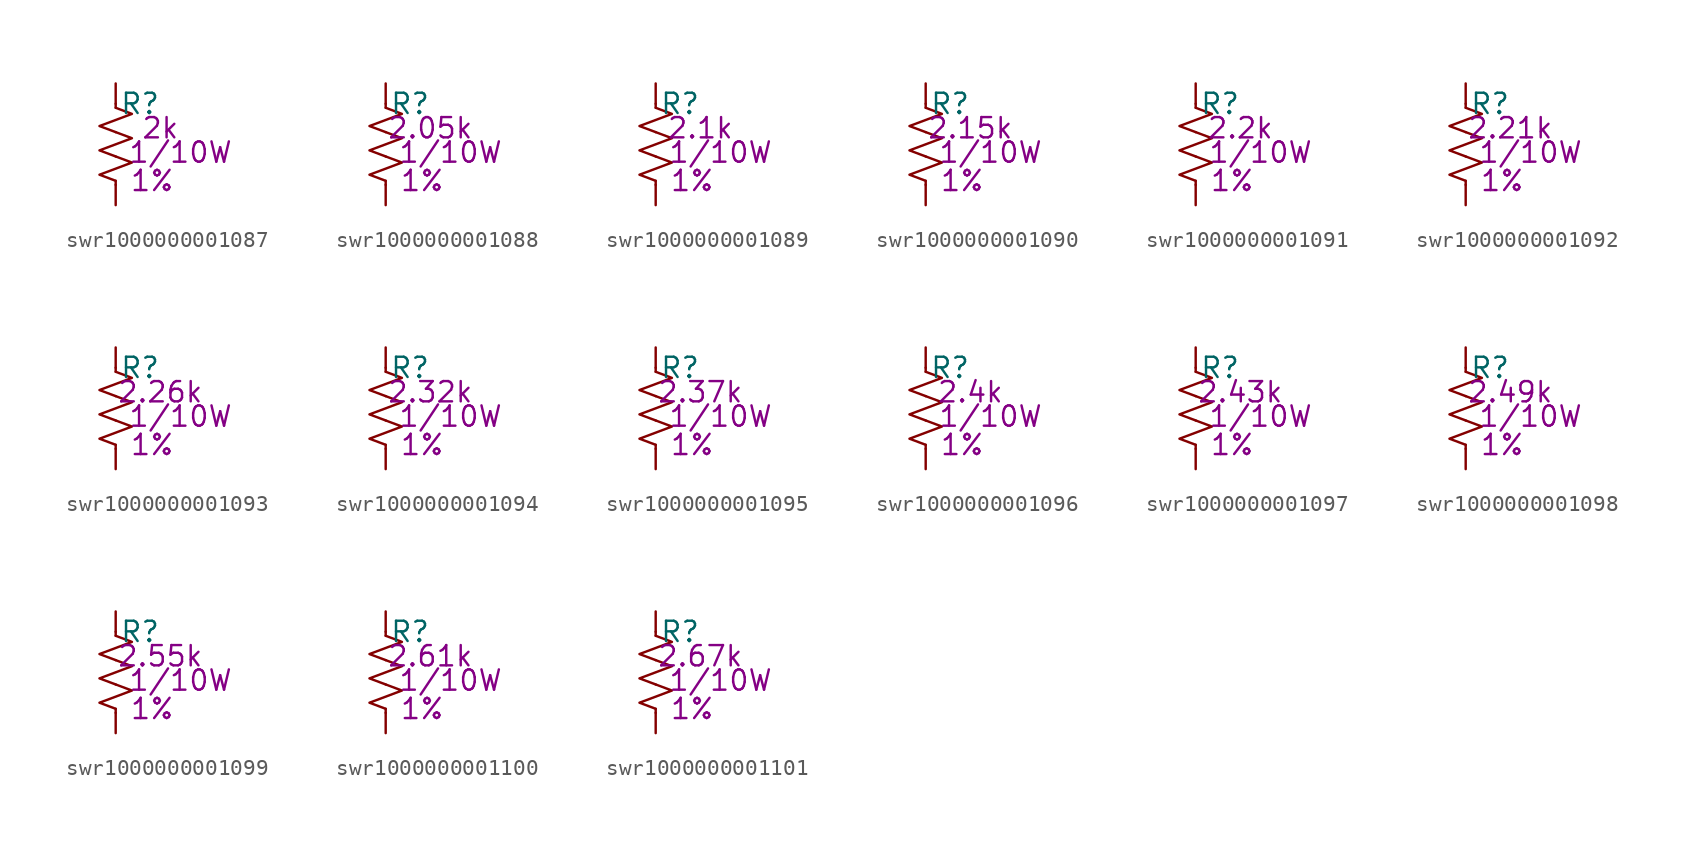
<source format=kicad_sym>
(kicad_symbol_lib
  (version 20211014)
  (generator kicad_symbol_editor)
  (symbol "swr1000000001087"
    (pin_numbers hide)
    (pin_names
      (offset 1.016))
    (property "Reference" "R"
      (at 1.524 2.54 0)
      (effects (font (size 1.27 1.27))))
    (property "Tolerance" "1%"
      (at 2.286 -2.286 0)
      (effects (font (size 1.27 1.27))))
    (property "Wattage" "1/10W"
      (at 4.064 -0.508 0)
      (effects (font (size 1.27 1.27))))
    (property "PartValue" "2k"
      (at 2.794 1.016 0)
      (effects (font (size 1.27 1.27))))
    (symbol "swr1000000001087_1_1"
      (polyline (pts (xy 0 -2.286) (xy 0 -2.54)) (stroke (width 0) (type default) (color 0 0 0 0)) (fill (type none)))
      (polyline (pts (xy 0 2.286) (xy 0 2.54)) (stroke (width 0) (type default) (color 0 0 0 0)) (fill (type none)))
      (polyline (pts (xy 0 -0.762) (xy 1.016 -1.143) (xy 0 -1.524) (xy -1.016 -1.905) (xy 0 -2.286)) (stroke (width 0) (type default) (color 0 0 0 0)) (fill (type none)))
      (polyline (pts (xy 0 0.762) (xy 1.016 0.381) (xy 0 0) (xy -1.016 -0.381) (xy 0 -0.762)) (stroke (width 0) (type default) (color 0 0 0 0)) (fill (type none)))
      (polyline (pts (xy 0 2.286) (xy 1.016 1.905) (xy 0 1.524) (xy -1.016 1.143) (xy 0 0.762)) (stroke (width 0) (type default) (color 0 0 0 0)) (fill (type none)))
      (pin passive line (at 0 3.81 270) (length 1.27) (name "~" (effects (font (size 1.27 1.27)))) (number "1" (effects (font (size 1.27 1.27)))))
      (pin passive line (at 0 -3.81 90) (length 1.27) (name "~" (effects (font (size 1.27 1.27)))) (number "2" (effects (font (size 1.27 1.27)))))))
  (symbol "swr1000000001088"
    (pin_numbers hide)
    (pin_names
      (offset 1.016))
    (property "Reference" "R"
      (at 1.524 2.54 0)
      (effects (font (size 1.27 1.27))))
    (property "Tolerance" "1%"
      (at 2.286 -2.286 0)
      (effects (font (size 1.27 1.27))))
    (property "Wattage" "1/10W"
      (at 4.064 -0.508 0)
      (effects (font (size 1.27 1.27))))
    (property "PartValue" "2.05k"
      (at 2.794 1.016 0)
      (effects (font (size 1.27 1.27))))
    (symbol "swr1000000001088_1_1"
      (polyline (pts (xy 0 -2.286) (xy 0 -2.54)) (stroke (width 0) (type default) (color 0 0 0 0)) (fill (type none)))
      (polyline (pts (xy 0 2.286) (xy 0 2.54)) (stroke (width 0) (type default) (color 0 0 0 0)) (fill (type none)))
      (polyline (pts (xy 0 -0.762) (xy 1.016 -1.143) (xy 0 -1.524) (xy -1.016 -1.905) (xy 0 -2.286)) (stroke (width 0) (type default) (color 0 0 0 0)) (fill (type none)))
      (polyline (pts (xy 0 0.762) (xy 1.016 0.381) (xy 0 0) (xy -1.016 -0.381) (xy 0 -0.762)) (stroke (width 0) (type default) (color 0 0 0 0)) (fill (type none)))
      (polyline (pts (xy 0 2.286) (xy 1.016 1.905) (xy 0 1.524) (xy -1.016 1.143) (xy 0 0.762)) (stroke (width 0) (type default) (color 0 0 0 0)) (fill (type none)))
      (pin passive line (at 0 3.81 270) (length 1.27) (name "~" (effects (font (size 1.27 1.27)))) (number "1" (effects (font (size 1.27 1.27)))))
      (pin passive line (at 0 -3.81 90) (length 1.27) (name "~" (effects (font (size 1.27 1.27)))) (number "2" (effects (font (size 1.27 1.27)))))))
  (symbol "swr1000000001089"
    (pin_numbers hide)
    (pin_names
      (offset 1.016))
    (property "Reference" "R"
      (at 1.524 2.54 0)
      (effects (font (size 1.27 1.27))))
    (property "Tolerance" "1%"
      (at 2.286 -2.286 0)
      (effects (font (size 1.27 1.27))))
    (property "Wattage" "1/10W"
      (at 4.064 -0.508 0)
      (effects (font (size 1.27 1.27))))
    (property "PartValue" "2.1k"
      (at 2.794 1.016 0)
      (effects (font (size 1.27 1.27))))
    (symbol "swr1000000001089_1_1"
      (polyline (pts (xy 0 -2.286) (xy 0 -2.54)) (stroke (width 0) (type default) (color 0 0 0 0)) (fill (type none)))
      (polyline (pts (xy 0 2.286) (xy 0 2.54)) (stroke (width 0) (type default) (color 0 0 0 0)) (fill (type none)))
      (polyline (pts (xy 0 -0.762) (xy 1.016 -1.143) (xy 0 -1.524) (xy -1.016 -1.905) (xy 0 -2.286)) (stroke (width 0) (type default) (color 0 0 0 0)) (fill (type none)))
      (polyline (pts (xy 0 0.762) (xy 1.016 0.381) (xy 0 0) (xy -1.016 -0.381) (xy 0 -0.762)) (stroke (width 0) (type default) (color 0 0 0 0)) (fill (type none)))
      (polyline (pts (xy 0 2.286) (xy 1.016 1.905) (xy 0 1.524) (xy -1.016 1.143) (xy 0 0.762)) (stroke (width 0) (type default) (color 0 0 0 0)) (fill (type none)))
      (pin passive line (at 0 3.81 270) (length 1.27) (name "~" (effects (font (size 1.27 1.27)))) (number "1" (effects (font (size 1.27 1.27)))))
      (pin passive line (at 0 -3.81 90) (length 1.27) (name "~" (effects (font (size 1.27 1.27)))) (number "2" (effects (font (size 1.27 1.27)))))))
  (symbol "swr1000000001090"
    (pin_numbers hide)
    (pin_names
      (offset 1.016))
    (property "Reference" "R"
      (at 1.524 2.54 0)
      (effects (font (size 1.27 1.27))))
    (property "Tolerance" "1%"
      (at 2.286 -2.286 0)
      (effects (font (size 1.27 1.27))))
    (property "Wattage" "1/10W"
      (at 4.064 -0.508 0)
      (effects (font (size 1.27 1.27))))
    (property "PartValue" "2.15k"
      (at 2.794 1.016 0)
      (effects (font (size 1.27 1.27))))
    (symbol "swr1000000001090_1_1"
      (polyline (pts (xy 0 -2.286) (xy 0 -2.54)) (stroke (width 0) (type default) (color 0 0 0 0)) (fill (type none)))
      (polyline (pts (xy 0 2.286) (xy 0 2.54)) (stroke (width 0) (type default) (color 0 0 0 0)) (fill (type none)))
      (polyline (pts (xy 0 -0.762) (xy 1.016 -1.143) (xy 0 -1.524) (xy -1.016 -1.905) (xy 0 -2.286)) (stroke (width 0) (type default) (color 0 0 0 0)) (fill (type none)))
      (polyline (pts (xy 0 0.762) (xy 1.016 0.381) (xy 0 0) (xy -1.016 -0.381) (xy 0 -0.762)) (stroke (width 0) (type default) (color 0 0 0 0)) (fill (type none)))
      (polyline (pts (xy 0 2.286) (xy 1.016 1.905) (xy 0 1.524) (xy -1.016 1.143) (xy 0 0.762)) (stroke (width 0) (type default) (color 0 0 0 0)) (fill (type none)))
      (pin passive line (at 0 3.81 270) (length 1.27) (name "~" (effects (font (size 1.27 1.27)))) (number "1" (effects (font (size 1.27 1.27)))))
      (pin passive line (at 0 -3.81 90) (length 1.27) (name "~" (effects (font (size 1.27 1.27)))) (number "2" (effects (font (size 1.27 1.27)))))))
  (symbol "swr1000000001091"
    (pin_numbers hide)
    (pin_names
      (offset 1.016))
    (property "Reference" "R"
      (at 1.524 2.54 0)
      (effects (font (size 1.27 1.27))))
    (property "Tolerance" "1%"
      (at 2.286 -2.286 0)
      (effects (font (size 1.27 1.27))))
    (property "Wattage" "1/10W"
      (at 4.064 -0.508 0)
      (effects (font (size 1.27 1.27))))
    (property "PartValue" "2.2k"
      (at 2.794 1.016 0)
      (effects (font (size 1.27 1.27))))
    (symbol "swr1000000001091_1_1"
      (polyline (pts (xy 0 -2.286) (xy 0 -2.54)) (stroke (width 0) (type default) (color 0 0 0 0)) (fill (type none)))
      (polyline (pts (xy 0 2.286) (xy 0 2.54)) (stroke (width 0) (type default) (color 0 0 0 0)) (fill (type none)))
      (polyline (pts (xy 0 -0.762) (xy 1.016 -1.143) (xy 0 -1.524) (xy -1.016 -1.905) (xy 0 -2.286)) (stroke (width 0) (type default) (color 0 0 0 0)) (fill (type none)))
      (polyline (pts (xy 0 0.762) (xy 1.016 0.381) (xy 0 0) (xy -1.016 -0.381) (xy 0 -0.762)) (stroke (width 0) (type default) (color 0 0 0 0)) (fill (type none)))
      (polyline (pts (xy 0 2.286) (xy 1.016 1.905) (xy 0 1.524) (xy -1.016 1.143) (xy 0 0.762)) (stroke (width 0) (type default) (color 0 0 0 0)) (fill (type none)))
      (pin passive line (at 0 3.81 270) (length 1.27) (name "~" (effects (font (size 1.27 1.27)))) (number "1" (effects (font (size 1.27 1.27)))))
      (pin passive line (at 0 -3.81 90) (length 1.27) (name "~" (effects (font (size 1.27 1.27)))) (number "2" (effects (font (size 1.27 1.27)))))))
  (symbol "swr1000000001092"
    (pin_numbers hide)
    (pin_names
      (offset 1.016))
    (property "Reference" "R"
      (at 1.524 2.54 0)
      (effects (font (size 1.27 1.27))))
    (property "Tolerance" "1%"
      (at 2.286 -2.286 0)
      (effects (font (size 1.27 1.27))))
    (property "Wattage" "1/10W"
      (at 4.064 -0.508 0)
      (effects (font (size 1.27 1.27))))
    (property "PartValue" "2.21k"
      (at 2.794 1.016 0)
      (effects (font (size 1.27 1.27))))
    (symbol "swr1000000001092_1_1"
      (polyline (pts (xy 0 -2.286) (xy 0 -2.54)) (stroke (width 0) (type default) (color 0 0 0 0)) (fill (type none)))
      (polyline (pts (xy 0 2.286) (xy 0 2.54)) (stroke (width 0) (type default) (color 0 0 0 0)) (fill (type none)))
      (polyline (pts (xy 0 -0.762) (xy 1.016 -1.143) (xy 0 -1.524) (xy -1.016 -1.905) (xy 0 -2.286)) (stroke (width 0) (type default) (color 0 0 0 0)) (fill (type none)))
      (polyline (pts (xy 0 0.762) (xy 1.016 0.381) (xy 0 0) (xy -1.016 -0.381) (xy 0 -0.762)) (stroke (width 0) (type default) (color 0 0 0 0)) (fill (type none)))
      (polyline (pts (xy 0 2.286) (xy 1.016 1.905) (xy 0 1.524) (xy -1.016 1.143) (xy 0 0.762)) (stroke (width 0) (type default) (color 0 0 0 0)) (fill (type none)))
      (pin passive line (at 0 3.81 270) (length 1.27) (name "~" (effects (font (size 1.27 1.27)))) (number "1" (effects (font (size 1.27 1.27)))))
      (pin passive line (at 0 -3.81 90) (length 1.27) (name "~" (effects (font (size 1.27 1.27)))) (number "2" (effects (font (size 1.27 1.27)))))))
  (symbol "swr1000000001093"
    (pin_numbers hide)
    (pin_names
      (offset 1.016))
    (property "Reference" "R"
      (at 1.524 2.54 0)
      (effects (font (size 1.27 1.27))))
    (property "Tolerance" "1%"
      (at 2.286 -2.286 0)
      (effects (font (size 1.27 1.27))))
    (property "Wattage" "1/10W"
      (at 4.064 -0.508 0)
      (effects (font (size 1.27 1.27))))
    (property "PartValue" "2.26k"
      (at 2.794 1.016 0)
      (effects (font (size 1.27 1.27))))
    (symbol "swr1000000001093_1_1"
      (polyline (pts (xy 0 -2.286) (xy 0 -2.54)) (stroke (width 0) (type default) (color 0 0 0 0)) (fill (type none)))
      (polyline (pts (xy 0 2.286) (xy 0 2.54)) (stroke (width 0) (type default) (color 0 0 0 0)) (fill (type none)))
      (polyline (pts (xy 0 -0.762) (xy 1.016 -1.143) (xy 0 -1.524) (xy -1.016 -1.905) (xy 0 -2.286)) (stroke (width 0) (type default) (color 0 0 0 0)) (fill (type none)))
      (polyline (pts (xy 0 0.762) (xy 1.016 0.381) (xy 0 0) (xy -1.016 -0.381) (xy 0 -0.762)) (stroke (width 0) (type default) (color 0 0 0 0)) (fill (type none)))
      (polyline (pts (xy 0 2.286) (xy 1.016 1.905) (xy 0 1.524) (xy -1.016 1.143) (xy 0 0.762)) (stroke (width 0) (type default) (color 0 0 0 0)) (fill (type none)))
      (pin passive line (at 0 3.81 270) (length 1.27) (name "~" (effects (font (size 1.27 1.27)))) (number "1" (effects (font (size 1.27 1.27)))))
      (pin passive line (at 0 -3.81 90) (length 1.27) (name "~" (effects (font (size 1.27 1.27)))) (number "2" (effects (font (size 1.27 1.27)))))))
  (symbol "swr1000000001094"
    (pin_numbers hide)
    (pin_names
      (offset 1.016))
    (property "Reference" "R"
      (at 1.524 2.54 0)
      (effects (font (size 1.27 1.27))))
    (property "Tolerance" "1%"
      (at 2.286 -2.286 0)
      (effects (font (size 1.27 1.27))))
    (property "Wattage" "1/10W"
      (at 4.064 -0.508 0)
      (effects (font (size 1.27 1.27))))
    (property "PartValue" "2.32k"
      (at 2.794 1.016 0)
      (effects (font (size 1.27 1.27))))
    (symbol "swr1000000001094_1_1"
      (polyline (pts (xy 0 -2.286) (xy 0 -2.54)) (stroke (width 0) (type default) (color 0 0 0 0)) (fill (type none)))
      (polyline (pts (xy 0 2.286) (xy 0 2.54)) (stroke (width 0) (type default) (color 0 0 0 0)) (fill (type none)))
      (polyline (pts (xy 0 -0.762) (xy 1.016 -1.143) (xy 0 -1.524) (xy -1.016 -1.905) (xy 0 -2.286)) (stroke (width 0) (type default) (color 0 0 0 0)) (fill (type none)))
      (polyline (pts (xy 0 0.762) (xy 1.016 0.381) (xy 0 0) (xy -1.016 -0.381) (xy 0 -0.762)) (stroke (width 0) (type default) (color 0 0 0 0)) (fill (type none)))
      (polyline (pts (xy 0 2.286) (xy 1.016 1.905) (xy 0 1.524) (xy -1.016 1.143) (xy 0 0.762)) (stroke (width 0) (type default) (color 0 0 0 0)) (fill (type none)))
      (pin passive line (at 0 3.81 270) (length 1.27) (name "~" (effects (font (size 1.27 1.27)))) (number "1" (effects (font (size 1.27 1.27)))))
      (pin passive line (at 0 -3.81 90) (length 1.27) (name "~" (effects (font (size 1.27 1.27)))) (number "2" (effects (font (size 1.27 1.27)))))))
  (symbol "swr1000000001095"
    (pin_numbers hide)
    (pin_names
      (offset 1.016))
    (property "Reference" "R"
      (at 1.524 2.54 0)
      (effects (font (size 1.27 1.27))))
    (property "Tolerance" "1%"
      (at 2.286 -2.286 0)
      (effects (font (size 1.27 1.27))))
    (property "Wattage" "1/10W"
      (at 4.064 -0.508 0)
      (effects (font (size 1.27 1.27))))
    (property "PartValue" "2.37k"
      (at 2.794 1.016 0)
      (effects (font (size 1.27 1.27))))
    (symbol "swr1000000001095_1_1"
      (polyline (pts (xy 0 -2.286) (xy 0 -2.54)) (stroke (width 0) (type default) (color 0 0 0 0)) (fill (type none)))
      (polyline (pts (xy 0 2.286) (xy 0 2.54)) (stroke (width 0) (type default) (color 0 0 0 0)) (fill (type none)))
      (polyline (pts (xy 0 -0.762) (xy 1.016 -1.143) (xy 0 -1.524) (xy -1.016 -1.905) (xy 0 -2.286)) (stroke (width 0) (type default) (color 0 0 0 0)) (fill (type none)))
      (polyline (pts (xy 0 0.762) (xy 1.016 0.381) (xy 0 0) (xy -1.016 -0.381) (xy 0 -0.762)) (stroke (width 0) (type default) (color 0 0 0 0)) (fill (type none)))
      (polyline (pts (xy 0 2.286) (xy 1.016 1.905) (xy 0 1.524) (xy -1.016 1.143) (xy 0 0.762)) (stroke (width 0) (type default) (color 0 0 0 0)) (fill (type none)))
      (pin passive line (at 0 3.81 270) (length 1.27) (name "~" (effects (font (size 1.27 1.27)))) (number "1" (effects (font (size 1.27 1.27)))))
      (pin passive line (at 0 -3.81 90) (length 1.27) (name "~" (effects (font (size 1.27 1.27)))) (number "2" (effects (font (size 1.27 1.27)))))))
  (symbol "swr1000000001096"
    (pin_numbers hide)
    (pin_names
      (offset 1.016))
    (property "Reference" "R"
      (at 1.524 2.54 0)
      (effects (font (size 1.27 1.27))))
    (property "Tolerance" "1%"
      (at 2.286 -2.286 0)
      (effects (font (size 1.27 1.27))))
    (property "Wattage" "1/10W"
      (at 4.064 -0.508 0)
      (effects (font (size 1.27 1.27))))
    (property "PartValue" "2.4k"
      (at 2.794 1.016 0)
      (effects (font (size 1.27 1.27))))
    (symbol "swr1000000001096_1_1"
      (polyline (pts (xy 0 -2.286) (xy 0 -2.54)) (stroke (width 0) (type default) (color 0 0 0 0)) (fill (type none)))
      (polyline (pts (xy 0 2.286) (xy 0 2.54)) (stroke (width 0) (type default) (color 0 0 0 0)) (fill (type none)))
      (polyline (pts (xy 0 -0.762) (xy 1.016 -1.143) (xy 0 -1.524) (xy -1.016 -1.905) (xy 0 -2.286)) (stroke (width 0) (type default) (color 0 0 0 0)) (fill (type none)))
      (polyline (pts (xy 0 0.762) (xy 1.016 0.381) (xy 0 0) (xy -1.016 -0.381) (xy 0 -0.762)) (stroke (width 0) (type default) (color 0 0 0 0)) (fill (type none)))
      (polyline (pts (xy 0 2.286) (xy 1.016 1.905) (xy 0 1.524) (xy -1.016 1.143) (xy 0 0.762)) (stroke (width 0) (type default) (color 0 0 0 0)) (fill (type none)))
      (pin passive line (at 0 3.81 270) (length 1.27) (name "~" (effects (font (size 1.27 1.27)))) (number "1" (effects (font (size 1.27 1.27)))))
      (pin passive line (at 0 -3.81 90) (length 1.27) (name "~" (effects (font (size 1.27 1.27)))) (number "2" (effects (font (size 1.27 1.27)))))))
  (symbol "swr1000000001097"
    (pin_numbers hide)
    (pin_names
      (offset 1.016))
    (property "Reference" "R"
      (at 1.524 2.54 0)
      (effects (font (size 1.27 1.27))))
    (property "Tolerance" "1%"
      (at 2.286 -2.286 0)
      (effects (font (size 1.27 1.27))))
    (property "Wattage" "1/10W"
      (at 4.064 -0.508 0)
      (effects (font (size 1.27 1.27))))
    (property "PartValue" "2.43k"
      (at 2.794 1.016 0)
      (effects (font (size 1.27 1.27))))
    (symbol "swr1000000001097_1_1"
      (polyline (pts (xy 0 -2.286) (xy 0 -2.54)) (stroke (width 0) (type default) (color 0 0 0 0)) (fill (type none)))
      (polyline (pts (xy 0 2.286) (xy 0 2.54)) (stroke (width 0) (type default) (color 0 0 0 0)) (fill (type none)))
      (polyline (pts (xy 0 -0.762) (xy 1.016 -1.143) (xy 0 -1.524) (xy -1.016 -1.905) (xy 0 -2.286)) (stroke (width 0) (type default) (color 0 0 0 0)) (fill (type none)))
      (polyline (pts (xy 0 0.762) (xy 1.016 0.381) (xy 0 0) (xy -1.016 -0.381) (xy 0 -0.762)) (stroke (width 0) (type default) (color 0 0 0 0)) (fill (type none)))
      (polyline (pts (xy 0 2.286) (xy 1.016 1.905) (xy 0 1.524) (xy -1.016 1.143) (xy 0 0.762)) (stroke (width 0) (type default) (color 0 0 0 0)) (fill (type none)))
      (pin passive line (at 0 3.81 270) (length 1.27) (name "~" (effects (font (size 1.27 1.27)))) (number "1" (effects (font (size 1.27 1.27)))))
      (pin passive line (at 0 -3.81 90) (length 1.27) (name "~" (effects (font (size 1.27 1.27)))) (number "2" (effects (font (size 1.27 1.27)))))))
  (symbol "swr1000000001098"
    (pin_numbers hide)
    (pin_names
      (offset 1.016))
    (property "Reference" "R"
      (at 1.524 2.54 0)
      (effects (font (size 1.27 1.27))))
    (property "Tolerance" "1%"
      (at 2.286 -2.286 0)
      (effects (font (size 1.27 1.27))))
    (property "Wattage" "1/10W"
      (at 4.064 -0.508 0)
      (effects (font (size 1.27 1.27))))
    (property "PartValue" "2.49k"
      (at 2.794 1.016 0)
      (effects (font (size 1.27 1.27))))
    (symbol "swr1000000001098_1_1"
      (polyline (pts (xy 0 -2.286) (xy 0 -2.54)) (stroke (width 0) (type default) (color 0 0 0 0)) (fill (type none)))
      (polyline (pts (xy 0 2.286) (xy 0 2.54)) (stroke (width 0) (type default) (color 0 0 0 0)) (fill (type none)))
      (polyline (pts (xy 0 -0.762) (xy 1.016 -1.143) (xy 0 -1.524) (xy -1.016 -1.905) (xy 0 -2.286)) (stroke (width 0) (type default) (color 0 0 0 0)) (fill (type none)))
      (polyline (pts (xy 0 0.762) (xy 1.016 0.381) (xy 0 0) (xy -1.016 -0.381) (xy 0 -0.762)) (stroke (width 0) (type default) (color 0 0 0 0)) (fill (type none)))
      (polyline (pts (xy 0 2.286) (xy 1.016 1.905) (xy 0 1.524) (xy -1.016 1.143) (xy 0 0.762)) (stroke (width 0) (type default) (color 0 0 0 0)) (fill (type none)))
      (pin passive line (at 0 3.81 270) (length 1.27) (name "~" (effects (font (size 1.27 1.27)))) (number "1" (effects (font (size 1.27 1.27)))))
      (pin passive line (at 0 -3.81 90) (length 1.27) (name "~" (effects (font (size 1.27 1.27)))) (number "2" (effects (font (size 1.27 1.27)))))))
  (symbol "swr1000000001099"
    (pin_numbers hide)
    (pin_names
      (offset 1.016))
    (property "Reference" "R"
      (at 1.524 2.54 0)
      (effects (font (size 1.27 1.27))))
    (property "Tolerance" "1%"
      (at 2.286 -2.286 0)
      (effects (font (size 1.27 1.27))))
    (property "Wattage" "1/10W"
      (at 4.064 -0.508 0)
      (effects (font (size 1.27 1.27))))
    (property "PartValue" "2.55k"
      (at 2.794 1.016 0)
      (effects (font (size 1.27 1.27))))
    (symbol "swr1000000001099_1_1"
      (polyline (pts (xy 0 -2.286) (xy 0 -2.54)) (stroke (width 0) (type default) (color 0 0 0 0)) (fill (type none)))
      (polyline (pts (xy 0 2.286) (xy 0 2.54)) (stroke (width 0) (type default) (color 0 0 0 0)) (fill (type none)))
      (polyline (pts (xy 0 -0.762) (xy 1.016 -1.143) (xy 0 -1.524) (xy -1.016 -1.905) (xy 0 -2.286)) (stroke (width 0) (type default) (color 0 0 0 0)) (fill (type none)))
      (polyline (pts (xy 0 0.762) (xy 1.016 0.381) (xy 0 0) (xy -1.016 -0.381) (xy 0 -0.762)) (stroke (width 0) (type default) (color 0 0 0 0)) (fill (type none)))
      (polyline (pts (xy 0 2.286) (xy 1.016 1.905) (xy 0 1.524) (xy -1.016 1.143) (xy 0 0.762)) (stroke (width 0) (type default) (color 0 0 0 0)) (fill (type none)))
      (pin passive line (at 0 3.81 270) (length 1.27) (name "~" (effects (font (size 1.27 1.27)))) (number "1" (effects (font (size 1.27 1.27)))))
      (pin passive line (at 0 -3.81 90) (length 1.27) (name "~" (effects (font (size 1.27 1.27)))) (number "2" (effects (font (size 1.27 1.27)))))))
  (symbol "swr1000000001100"
    (pin_numbers hide)
    (pin_names
      (offset 1.016))
    (property "Reference" "R"
      (at 1.524 2.54 0)
      (effects (font (size 1.27 1.27))))
    (property "Tolerance" "1%"
      (at 2.286 -2.286 0)
      (effects (font (size 1.27 1.27))))
    (property "Wattage" "1/10W"
      (at 4.064 -0.508 0)
      (effects (font (size 1.27 1.27))))
    (property "PartValue" "2.61k"
      (at 2.794 1.016 0)
      (effects (font (size 1.27 1.27))))
    (symbol "swr1000000001100_1_1"
      (polyline (pts (xy 0 -2.286) (xy 0 -2.54)) (stroke (width 0) (type default) (color 0 0 0 0)) (fill (type none)))
      (polyline (pts (xy 0 2.286) (xy 0 2.54)) (stroke (width 0) (type default) (color 0 0 0 0)) (fill (type none)))
      (polyline (pts (xy 0 -0.762) (xy 1.016 -1.143) (xy 0 -1.524) (xy -1.016 -1.905) (xy 0 -2.286)) (stroke (width 0) (type default) (color 0 0 0 0)) (fill (type none)))
      (polyline (pts (xy 0 0.762) (xy 1.016 0.381) (xy 0 0) (xy -1.016 -0.381) (xy 0 -0.762)) (stroke (width 0) (type default) (color 0 0 0 0)) (fill (type none)))
      (polyline (pts (xy 0 2.286) (xy 1.016 1.905) (xy 0 1.524) (xy -1.016 1.143) (xy 0 0.762)) (stroke (width 0) (type default) (color 0 0 0 0)) (fill (type none)))
      (pin passive line (at 0 3.81 270) (length 1.27) (name "~" (effects (font (size 1.27 1.27)))) (number "1" (effects (font (size 1.27 1.27)))))
      (pin passive line (at 0 -3.81 90) (length 1.27) (name "~" (effects (font (size 1.27 1.27)))) (number "2" (effects (font (size 1.27 1.27)))))))
  (symbol "swr1000000001101"
    (pin_numbers hide)
    (pin_names
      (offset 1.016))
    (property "Reference" "R"
      (at 1.524 2.54 0)
      (effects (font (size 1.27 1.27))))
    (property "Tolerance" "1%"
      (at 2.286 -2.286 0)
      (effects (font (size 1.27 1.27))))
    (property "Wattage" "1/10W"
      (at 4.064 -0.508 0)
      (effects (font (size 1.27 1.27))))
    (property "PartValue" "2.67k"
      (at 2.794 1.016 0)
      (effects (font (size 1.27 1.27))))
    (symbol "swr1000000001101_1_1"
      (polyline (pts (xy 0 -2.286) (xy 0 -2.54)) (stroke (width 0) (type default) (color 0 0 0 0)) (fill (type none)))
      (polyline (pts (xy 0 2.286) (xy 0 2.54)) (stroke (width 0) (type default) (color 0 0 0 0)) (fill (type none)))
      (polyline (pts (xy 0 -0.762) (xy 1.016 -1.143) (xy 0 -1.524) (xy -1.016 -1.905) (xy 0 -2.286)) (stroke (width 0) (type default) (color 0 0 0 0)) (fill (type none)))
      (polyline (pts (xy 0 0.762) (xy 1.016 0.381) (xy 0 0) (xy -1.016 -0.381) (xy 0 -0.762)) (stroke (width 0) (type default) (color 0 0 0 0)) (fill (type none)))
      (polyline (pts (xy 0 2.286) (xy 1.016 1.905) (xy 0 1.524) (xy -1.016 1.143) (xy 0 0.762)) (stroke (width 0) (type default) (color 0 0 0 0)) (fill (type none)))
      (pin passive line (at 0 3.81 270) (length 1.27) (name "~" (effects (font (size 1.27 1.27)))) (number "1" (effects (font (size 1.27 1.27)))))
      (pin passive line (at 0 -3.81 90) (length 1.27) (name "~" (effects (font (size 1.27 1.27)))) (number "2" (effects (font (size 1.27 1.27))))))))
</source>
